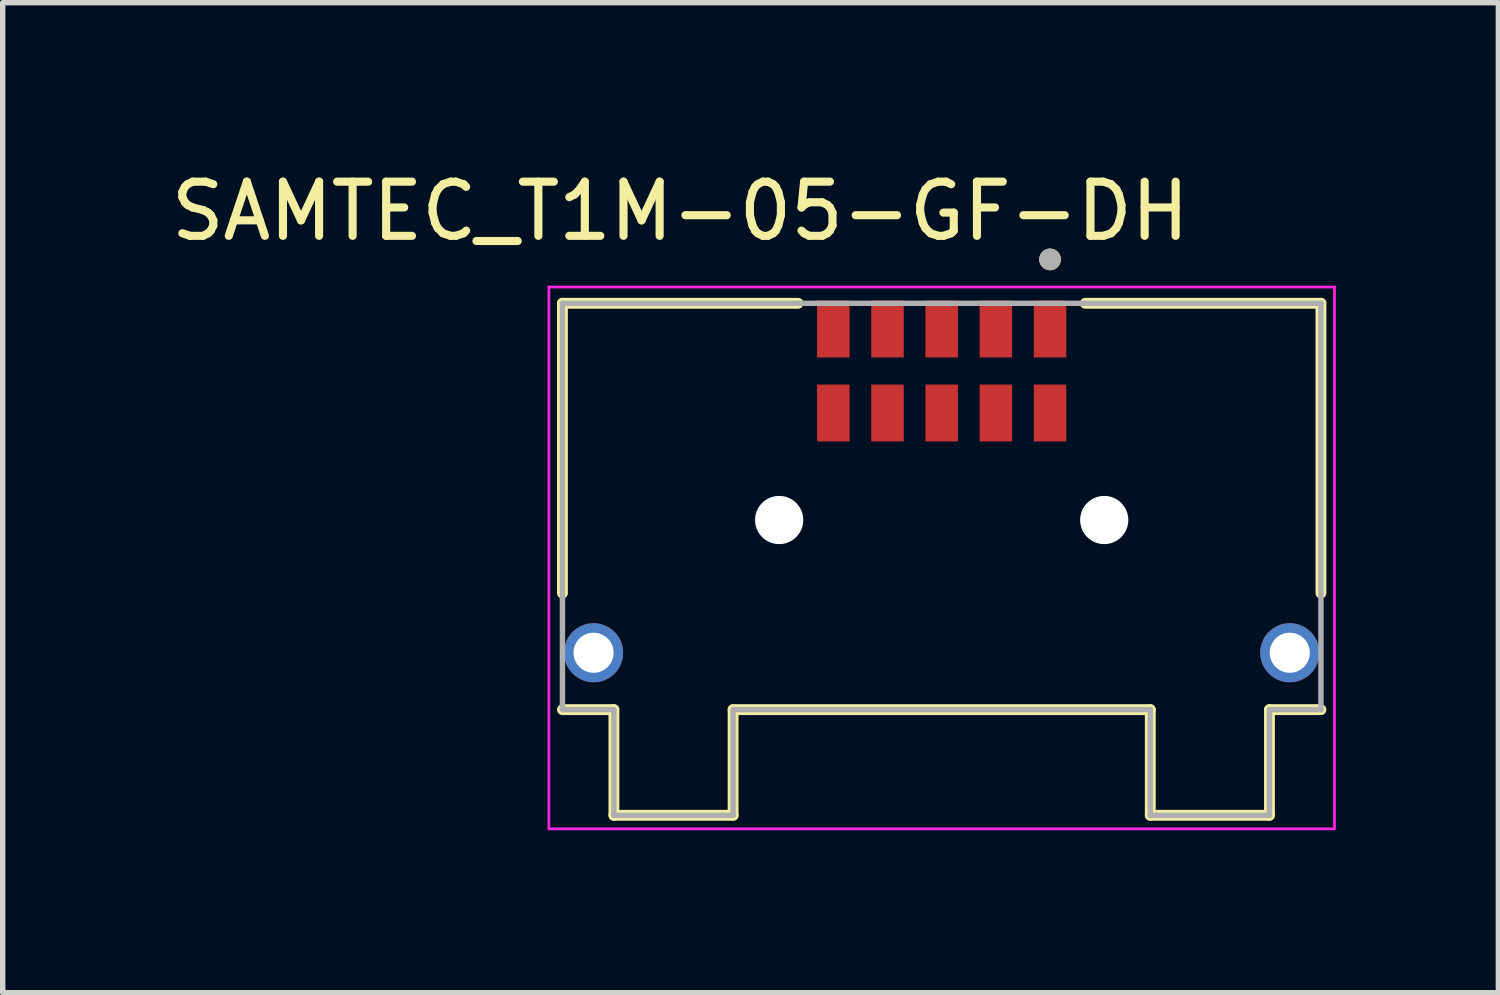
<source format=kicad_pcb>
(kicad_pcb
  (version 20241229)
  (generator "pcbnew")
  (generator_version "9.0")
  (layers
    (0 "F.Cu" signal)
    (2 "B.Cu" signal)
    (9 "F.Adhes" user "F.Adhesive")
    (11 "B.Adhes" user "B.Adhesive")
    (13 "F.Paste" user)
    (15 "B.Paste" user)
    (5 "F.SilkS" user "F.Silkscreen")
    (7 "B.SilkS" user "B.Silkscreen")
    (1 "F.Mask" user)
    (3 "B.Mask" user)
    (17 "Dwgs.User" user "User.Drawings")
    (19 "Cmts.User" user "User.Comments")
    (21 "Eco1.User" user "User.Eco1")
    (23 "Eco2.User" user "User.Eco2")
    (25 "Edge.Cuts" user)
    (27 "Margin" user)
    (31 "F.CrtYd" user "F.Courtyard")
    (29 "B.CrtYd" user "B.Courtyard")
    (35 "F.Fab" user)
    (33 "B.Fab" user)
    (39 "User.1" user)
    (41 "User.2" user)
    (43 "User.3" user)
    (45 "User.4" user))
  (footprint "SAMTEC_T1M-05-GF-DH"
    (layer "F.Cu")
    (at 14.331 3.798)
    (property "Reference" "SAMTEC_T1M-05-GF-DH" (at -4.825 -2.95 0) (layer "F.SilkS") (effects (font (size 1 1) (thickness 0.15))))
    (attr smd)
    (fp_line (start -7 -1.25) (end -2.65 -1.25) (stroke (width 0.2) (type solid)) (layer "F.SilkS"))
    (fp_line (start -7 4.1) (end -7 -1.25) (stroke (width 0.2) (type solid)) (layer "F.SilkS"))
    (fp_line (start -7 6.25) (end -6.05 6.25) (stroke (width 0.2) (type solid)) (layer "F.SilkS"))
    (fp_line (start -6.05 6.25) (end -6.05 8.2) (stroke (width 0.2) (type solid)) (layer "F.SilkS"))
    (fp_line (start -6.05 8.2) (end -3.85 8.2) (stroke (width 0.2) (type solid)) (layer "F.SilkS"))
    (fp_line (start -3.85 6.25) (end 3.85 6.25) (stroke (width 0.2) (type solid)) (layer "F.SilkS"))
    (fp_line (start -3.85 8.2) (end -3.85 6.25) (stroke (width 0.2) (type solid)) (layer "F.SilkS"))
    (fp_line (start 3.85 8.2) (end 3.85 6.25) (stroke (width 0.2) (type solid)) (layer "F.SilkS"))
    (fp_line (start 6.05 6.25) (end 6.05 8.2) (stroke (width 0.2) (type solid)) (layer "F.SilkS"))
    (fp_line (start 6.05 8.2) (end 3.85 8.2) (stroke (width 0.2) (type solid)) (layer "F.SilkS"))
    (fp_line (start 7 -1.25) (end 2.65 -1.25) (stroke (width 0.2) (type solid)) (layer "F.SilkS"))
    (fp_line (start 7 -1.25) (end 7 4.1) (stroke (width 0.2) (type solid)) (layer "F.SilkS"))
    (fp_line (start 7 6.25) (end 6.05 6.25) (stroke (width 0.2) (type solid)) (layer "F.SilkS"))
    (fp_circle (center 2 -2.06) (end 2.1 -2.06) (stroke (width 0.2) (type solid)) (fill no) (layer "F.SilkS"))
    (fp_circle (center -6.425 5.2) (end -6.05 5.2) (stroke (width 0.75) (type solid)) (fill no) (layer "F.Paste"))
    (fp_circle (center 6.425 5.2) (end 6.8 5.2) (stroke (width 0.75) (type solid)) (fill no) (layer "F.Paste"))
    (fp_line (start -7.25 -1.55) (end 7.25 -1.55) (stroke (width 0.05) (type solid)) (layer "F.CrtYd"))
    (fp_line (start -7.25 8.45) (end -7.25 -1.55) (stroke (width 0.05) (type solid)) (layer "F.CrtYd"))
    (fp_line (start 7.25 -1.55) (end 7.25 8.45) (stroke (width 0.05) (type solid)) (layer "F.CrtYd"))
    (fp_line (start 7.25 8.45) (end -7.25 8.45) (stroke (width 0.05) (type solid)) (layer "F.CrtYd"))
    (fp_line (start -7 -1.25) (end 7 -1.25) (stroke (width 0.1) (type solid)) (layer "F.Fab"))
    (fp_line (start -7 6.25) (end -7 -1.25) (stroke (width 0.1) (type solid)) (layer "F.Fab"))
    (fp_line (start -7 6.25) (end -6.05 6.25) (stroke (width 0.1) (type solid)) (layer "F.Fab"))
    (fp_line (start -6.05 6.25) (end -6.05 8.2) (stroke (width 0.1) (type solid)) (layer "F.Fab"))
    (fp_line (start -6.05 8.2) (end -3.85 8.2) (stroke (width 0.1) (type solid)) (layer "F.Fab"))
    (fp_line (start -3.85 6.25) (end 3.85 6.25) (stroke (width 0.1) (type solid)) (layer "F.Fab"))
    (fp_line (start -3.85 8.2) (end -3.85 6.25) (stroke (width 0.1) (type solid)) (layer "F.Fab"))
    (fp_line (start 3.85 8.2) (end 3.85 6.25) (stroke (width 0.1) (type solid)) (layer "F.Fab"))
    (fp_line (start 6.05 6.25) (end 6.05 8.2) (stroke (width 0.1) (type solid)) (layer "F.Fab"))
    (fp_line (start 6.05 8.2) (end 3.85 8.2) (stroke (width 0.1) (type solid)) (layer "F.Fab"))
    (fp_line (start 7 -1.25) (end 7 6.25) (stroke (width 0.1) (type solid)) (layer "F.Fab"))
    (fp_line (start 7 6.25) (end 6.05 6.25) (stroke (width 0.1) (type solid)) (layer "F.Fab"))
    (fp_circle (center 2 -2.06) (end 2.1 -2.06) (stroke (width 0.2) (type solid)) (fill no) (layer "F.Fab"))
    (pad "" np_thru_hole circle (at -3 2.75) (size 0.89 0.89) (drill 0.89) (layers "*.Cu" "*.Mask"))
    (pad "" np_thru_hole circle (at 3 2.75) (size 0.89 0.89) (drill 0.89) (layers "*.Cu" "*.Mask"))
    (pad "01" smd rect (at 2 -0.775) (size 0.6 1.05) (layers "F.Cu" "F.Mask" "F.Paste"))
    (pad "02" smd rect (at 2 0.775) (size 0.6 1.05) (layers "F.Cu" "F.Mask" "F.Paste"))
    (pad "03" smd rect (at 1 -0.775) (size 0.6 1.05) (layers "F.Cu" "F.Mask" "F.Paste"))
    (pad "04" smd rect (at 1 0.775) (size 0.6 1.05) (layers "F.Cu" "F.Mask" "F.Paste"))
    (pad "05" smd rect (at 0 -0.775) (size 0.6 1.05) (layers "F.Cu" "F.Mask" "F.Paste"))
    (pad "06" smd rect (at 0 0.775) (size 0.6 1.05) (layers "F.Cu" "F.Mask" "F.Paste"))
    (pad "07" smd rect (at -1 -0.775) (size 0.6 1.05) (layers "F.Cu" "F.Mask" "F.Paste"))
    (pad "08" smd rect (at -1 0.775) (size 0.6 1.05) (layers "F.Cu" "F.Mask" "F.Paste"))
    (pad "09" smd rect (at -2 -0.775) (size 0.6 1.05) (layers "F.Cu" "F.Mask" "F.Paste"))
    (pad "10" smd rect (at -2 0.775) (size 0.6 1.05) (layers "F.Cu" "F.Mask" "F.Paste"))
    (pad "S1" thru_hole circle (at -6.425 5.2) (size 1.09 1.09) (drill 0.74) (layers "*.Cu" "*.Mask"))
    (pad "S2" thru_hole circle (at 6.425 5.2) (size 1.09 1.09) (drill 0.74) (layers "*.Cu" "*.Mask")))
  (gr_rect
    (start -3 -3)
    (end 24.606 15.273)
    (stroke (width 0.1) (type default))
    (fill no)
    (layer "Edge.Cuts")))
</source>
